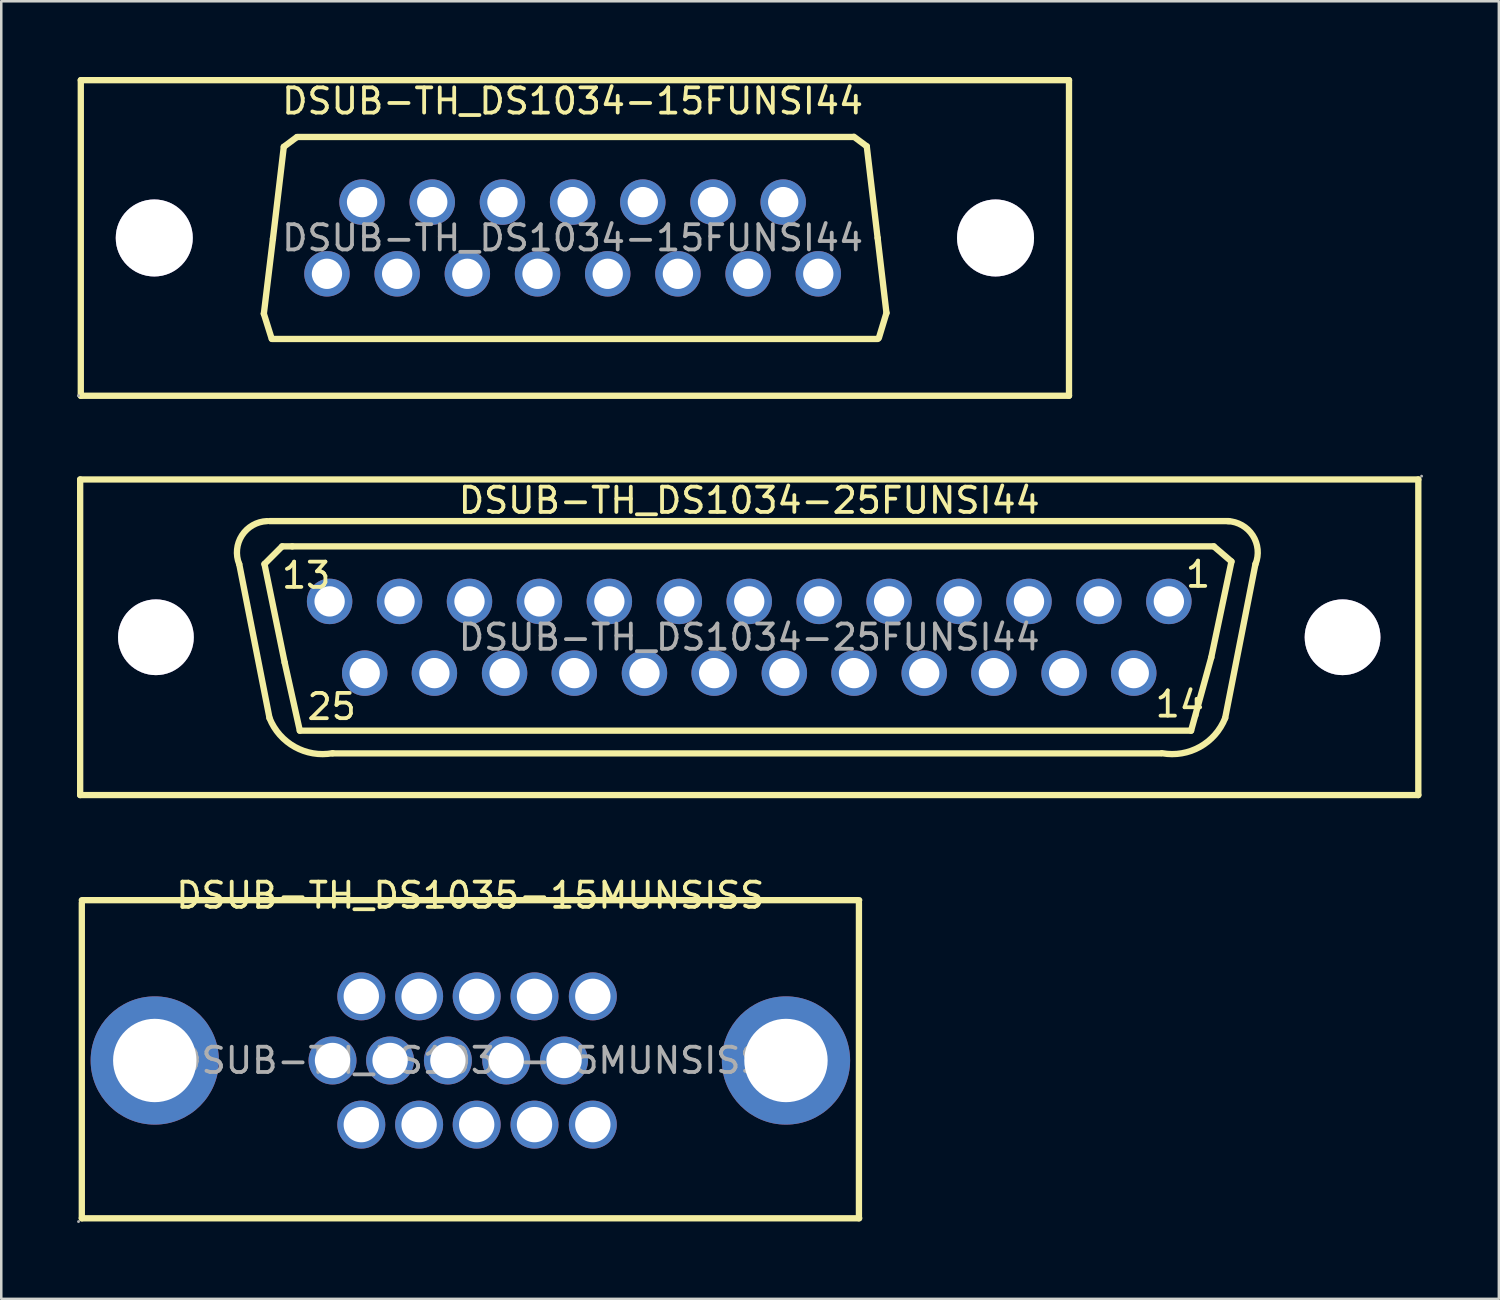
<source format=kicad_pcb>
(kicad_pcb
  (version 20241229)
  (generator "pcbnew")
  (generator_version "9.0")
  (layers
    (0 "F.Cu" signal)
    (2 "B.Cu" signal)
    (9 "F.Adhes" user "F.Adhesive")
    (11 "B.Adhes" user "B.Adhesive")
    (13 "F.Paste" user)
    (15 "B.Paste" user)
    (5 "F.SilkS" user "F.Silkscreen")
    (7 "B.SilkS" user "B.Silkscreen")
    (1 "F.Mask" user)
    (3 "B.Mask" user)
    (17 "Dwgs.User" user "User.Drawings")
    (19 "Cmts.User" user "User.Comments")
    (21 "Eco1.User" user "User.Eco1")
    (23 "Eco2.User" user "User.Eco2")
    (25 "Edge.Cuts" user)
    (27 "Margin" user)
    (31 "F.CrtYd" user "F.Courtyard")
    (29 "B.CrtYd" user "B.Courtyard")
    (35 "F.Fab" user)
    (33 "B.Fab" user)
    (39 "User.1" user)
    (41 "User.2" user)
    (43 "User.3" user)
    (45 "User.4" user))
  (footprint "DSUB-TH_DS1035-15MUNSISS"
    (layer "F.Cu")
    (at 15.58 38.953)
    (property "Reference" "DSUB-TH_DS1035-15MUNSISS" (at 0 -6.54 0) (layer "F.SilkS") (effects (font (size 1 1) (thickness 0.15))))
    (attr through_hole)
    (fp_line (start -15.39 -6.35) (end 15.4 -6.35) (stroke (width 0.25) (type solid)) (layer "F.SilkS"))
    (fp_line (start -15.39 6.25) (end -15.39 -6.25) (stroke (width 0.25) (type solid)) (layer "F.SilkS"))
    (fp_line (start -15.39 6.25) (end 15.4 6.25) (stroke (width 0.25) (type solid)) (layer "F.SilkS"))
    (fp_line (start 15.39 6.25) (end 15.39 -6.25) (stroke (width 0.25) (type solid)) (layer "F.SilkS"))
    (fp_circle (center -15.52 6.38) (end -15.49 6.38) (stroke (width 0.06) (type solid)) (fill no) (layer "F.Fab"))
    (fp_circle (center -12.5 0) (end -11.72 0) (stroke (width 1.55) (type solid)) (fill no) (layer "F.Fab"))
    (fp_circle (center -5.46 0) (end -5.16 0) (stroke (width 0.6) (type solid)) (fill no) (layer "F.Fab"))
    (fp_circle (center -4.32 -2.54) (end -4.02 -2.54) (stroke (width 0.6) (type solid)) (fill no) (layer "F.Fab"))
    (fp_circle (center -4.32 2.54) (end -4.02 2.54) (stroke (width 0.6) (type solid)) (fill no) (layer "F.Fab"))
    (fp_circle (center -3.18 0) (end -2.88 0) (stroke (width 0.6) (type solid)) (fill no) (layer "F.Fab"))
    (fp_circle (center -2.03 -2.54) (end -1.73 -2.54) (stroke (width 0.6) (type solid)) (fill no) (layer "F.Fab"))
    (fp_circle (center -2.03 2.54) (end -1.73 2.54) (stroke (width 0.6) (type solid)) (fill no) (layer "F.Fab"))
    (fp_circle (center -0.89 0) (end -0.59 0) (stroke (width 0.6) (type solid)) (fill no) (layer "F.Fab"))
    (fp_circle (center 0.25 -2.54) (end 0.55 -2.54) (stroke (width 0.6) (type solid)) (fill no) (layer "F.Fab"))
    (fp_circle (center 0.25 2.54) (end 0.55 2.54) (stroke (width 0.6) (type solid)) (fill no) (layer "F.Fab"))
    (fp_circle (center 1.42 0) (end 1.72 0) (stroke (width 0.6) (type solid)) (fill no) (layer "F.Fab"))
    (fp_circle (center 2.54 -2.54) (end 2.84 -2.54) (stroke (width 0.6) (type solid)) (fill no) (layer "F.Fab"))
    (fp_circle (center 2.54 2.54) (end 2.84 2.54) (stroke (width 0.6) (type solid)) (fill no) (layer "F.Fab"))
    (fp_circle (center 3.71 0) (end 4.01 0) (stroke (width 0.6) (type solid)) (fill no) (layer "F.Fab"))
    (fp_circle (center 4.85 -2.54) (end 5.15 -2.54) (stroke (width 0.6) (type solid)) (fill no) (layer "F.Fab"))
    (fp_circle (center 4.85 2.54) (end 5.15 2.54) (stroke (width 0.6) (type solid)) (fill no) (layer "F.Fab"))
    (fp_circle (center 12.5 0) (end 13.28 0) (stroke (width 1.55) (type solid)) (fill no) (layer "F.Fab"))
    (fp_text user "${REFERENCE}" (at 0 0 0) (layer "F.Fab") (effects (font (size 1 1) (thickness 0.15))))
    (pad "1" thru_hole circle (at -4.32 2.54) (size 1.9 1.9) (drill 1.4) (layers "*.Cu" "*.Paste" "*.Mask"))
    (pad "2" thru_hole circle (at -2.03 2.54) (size 1.9 1.9) (drill 1.4) (layers "*.Cu" "*.Paste" "*.Mask"))
    (pad "3" thru_hole circle (at 0.25 2.54) (size 1.9 1.9) (drill 1.4) (layers "*.Cu" "*.Paste" "*.Mask"))
    (pad "4" thru_hole circle (at 2.54 2.54) (size 1.9 1.9) (drill 1.4) (layers "*.Cu" "*.Paste" "*.Mask"))
    (pad "5" thru_hole circle (at 4.85 2.54) (size 1.9 1.9) (drill 1.4) (layers "*.Cu" "*.Paste" "*.Mask"))
    (pad "6" thru_hole circle (at -5.46 0) (size 1.9 1.9) (drill 1.4) (layers "*.Cu" "*.Paste" "*.Mask"))
    (pad "7" thru_hole circle (at -3.18 0) (size 1.9 1.9) (drill 1.4) (layers "*.Cu" "*.Paste" "*.Mask"))
    (pad "8" thru_hole circle (at -0.89 0) (size 1.9 1.9) (drill 1.4) (layers "*.Cu" "*.Paste" "*.Mask"))
    (pad "9" thru_hole circle (at 1.42 0) (size 1.9 1.9) (drill 1.4) (layers "*.Cu" "*.Paste" "*.Mask"))
    (pad "10" thru_hole circle (at 3.71 0) (size 1.9 1.9) (drill 1.4) (layers "*.Cu" "*.Paste" "*.Mask"))
    (pad "11" thru_hole circle (at -4.32 -2.54) (size 1.9 1.9) (drill 1.4) (layers "*.Cu" "*.Paste" "*.Mask"))
    (pad "12" thru_hole circle (at -2.03 -2.54) (size 1.9 1.9) (drill 1.4) (layers "*.Cu" "*.Paste" "*.Mask"))
    (pad "13" thru_hole circle (at 0.25 -2.54) (size 1.9 1.9) (drill 1.4) (layers "*.Cu" "*.Paste" "*.Mask"))
    (pad "14" thru_hole circle (at 2.54 -2.54) (size 1.9 1.9) (drill 1.4) (layers "*.Cu" "*.Paste" "*.Mask"))
    (pad "15" thru_hole circle (at 4.85 -2.54) (size 1.9 1.9) (drill 1.4) (layers "*.Cu" "*.Paste" "*.Mask"))
    (pad "16" thru_hole circle (at 12.5 0) (size 5.08 5.08) (drill 3.302) (layers "*.Cu" "*.Paste" "*.Mask"))
    (pad "17" thru_hole circle (at -12.5 0) (size 5.08 5.08) (drill 3.302) (layers "*.Cu" "*.Paste" "*.Mask")))
  (footprint "DSUB-TH_DS1034-25FUNSI44"
    (layer "F.Cu")
    (at 26.625 22.19)
    (property "Reference" "DSUB-TH_DS1034-25FUNSI44" (at 0 -5.42 0) (layer "F.SilkS") (effects (font (size 1 1) (thickness 0.15))))
    (attr through_hole)
    (fp_line (start -26.5 6.25) (end -26.5 -6.25) (stroke (width 0.25) (type solid)) (layer "F.SilkS"))
    (fp_line (start -26.5 6.25) (end 26.5 6.25) (stroke (width 0.25) (type solid)) (layer "F.SilkS"))
    (fp_line (start -19.2 -2.9) (end -18.5 -3.6) (stroke (width 0.25) (type solid)) (layer "F.SilkS"))
    (fp_line (start -19 3.2) (end -20.2 -2.9) (stroke (width 0.25) (type solid)) (layer "F.SilkS"))
    (fp_line (start -18.5 -3.6) (end -18.1 -3.6) (stroke (width 0.25) (type solid)) (layer "F.SilkS"))
    (fp_line (start -18.4 1) (end -19.2 -2.9) (stroke (width 0.25) (type solid)) (layer "F.SilkS"))
    (fp_line (start -18.1 -3.6) (end 18.4 -3.6) (stroke (width 0.25) (type solid)) (layer "F.SilkS"))
    (fp_line (start -17.8 3.7) (end -18.4 1) (stroke (width 0.25) (type solid)) (layer "F.SilkS"))
    (fp_line (start 16.3 4.6) (end -16.5 4.6) (stroke (width 0.25) (type solid)) (layer "F.SilkS"))
    (fp_line (start 17.5 3.7) (end -17.8 3.7) (stroke (width 0.25) (type solid)) (layer "F.SilkS"))
    (fp_line (start 18.3 0.8) (end 17.5 3.7) (stroke (width 0.25) (type solid)) (layer "F.SilkS"))
    (fp_line (start 18.4 -3.6) (end 19.1 -3) (stroke (width 0.25) (type solid)) (layer "F.SilkS"))
    (fp_line (start 18.85 3.2) (end 20.05 -2.9) (stroke (width 0.25) (type solid)) (layer "F.SilkS"))
    (fp_line (start 19 -4.6) (end -19 -4.6) (stroke (width 0.25) (type solid)) (layer "F.SilkS"))
    (fp_line (start 19.1 -3) (end 18.3 0.8) (stroke (width 0.25) (type solid)) (layer "F.SilkS"))
    (fp_line (start 26.5 -6.25) (end -26.5 -6.25) (stroke (width 0.25) (type solid)) (layer "F.SilkS"))
    (fp_line (start 26.5 -6.25) (end 26.5 6.25) (stroke (width 0.25) (type solid)) (layer "F.SilkS"))
    (fp_arc (start -20.202426 -2.899551) (mid -20.091316 -4.0351) (end -19.1 -4.6) (stroke (width 0.25) (type solid)) (layer "F.SilkS"))
    (fp_arc (start -16.498352 4.592066) (mid -17.997981 4.343154) (end -19 3.2) (stroke (width 0.25) (type solid)) (layer "F.SilkS"))
    (fp_arc (start 18.85 3.2) (mid 17.847981 4.343154) (end 16.348352 4.592066) (stroke (width 0.25) (type solid)) (layer "F.SilkS"))
    (fp_arc (start 18.95 -4.6) (mid 19.941316 -4.035101) (end 20.052426 -2.899551) (stroke (width 0.25) (type solid)) (layer "F.SilkS"))
    (fp_circle (center -23.5 0) (end -22.8 0) (stroke (width 1.4) (type solid)) (fill no) (layer "F.Fab"))
    (fp_circle (center -16.62 -1.42) (end -16.37 -1.42) (stroke (width 0.5) (type solid)) (fill no) (layer "F.Fab"))
    (fp_circle (center -15.23 1.42) (end -14.98 1.42) (stroke (width 0.5) (type solid)) (fill no) (layer "F.Fab"))
    (fp_circle (center -13.85 -1.42) (end -13.6 -1.42) (stroke (width 0.5) (type solid)) (fill no) (layer "F.Fab"))
    (fp_circle (center -12.47 1.42) (end -12.22 1.42) (stroke (width 0.5) (type solid)) (fill no) (layer "F.Fab"))
    (fp_circle (center -11.08 -1.42) (end -10.83 -1.42) (stroke (width 0.5) (type solid)) (fill no) (layer "F.Fab"))
    (fp_circle (center -9.69 1.42) (end -9.44 1.42) (stroke (width 0.5) (type solid)) (fill no) (layer "F.Fab"))
    (fp_circle (center -8.31 -1.42) (end -8.06 -1.42) (stroke (width 0.5) (type solid)) (fill no) (layer "F.Fab"))
    (fp_circle (center -6.93 1.42) (end -6.68 1.42) (stroke (width 0.5) (type solid)) (fill no) (layer "F.Fab"))
    (fp_circle (center -5.54 -1.42) (end -5.29 -1.42) (stroke (width 0.5) (type solid)) (fill no) (layer "F.Fab"))
    (fp_circle (center -4.15 1.42) (end -3.9 1.42) (stroke (width 0.5) (type solid)) (fill no) (layer "F.Fab"))
    (fp_circle (center -2.77 -1.42) (end -2.52 -1.42) (stroke (width 0.5) (type solid)) (fill no) (layer "F.Fab"))
    (fp_circle (center -1.39 1.42) (end -1.14 1.42) (stroke (width 0.5) (type solid)) (fill no) (layer "F.Fab"))
    (fp_circle (center 0 -1.42) (end 0.25 -1.42) (stroke (width 0.5) (type solid)) (fill no) (layer "F.Fab"))
    (fp_circle (center 1.39 1.42) (end 1.64 1.42) (stroke (width 0.5) (type solid)) (fill no) (layer "F.Fab"))
    (fp_circle (center 2.77 -1.42) (end 3.02 -1.42) (stroke (width 0.5) (type solid)) (fill no) (layer "F.Fab"))
    (fp_circle (center 4.15 1.42) (end 4.4 1.42) (stroke (width 0.5) (type solid)) (fill no) (layer "F.Fab"))
    (fp_circle (center 5.54 -1.42) (end 5.79 -1.42) (stroke (width 0.5) (type solid)) (fill no) (layer "F.Fab"))
    (fp_circle (center 6.93 1.42) (end 7.18 1.42) (stroke (width 0.5) (type solid)) (fill no) (layer "F.Fab"))
    (fp_circle (center 8.31 -1.42) (end 8.56 -1.42) (stroke (width 0.5) (type solid)) (fill no) (layer "F.Fab"))
    (fp_circle (center 9.69 1.42) (end 9.94 1.42) (stroke (width 0.5) (type solid)) (fill no) (layer "F.Fab"))
    (fp_circle (center 11.08 -1.42) (end 11.33 -1.42) (stroke (width 0.5) (type solid)) (fill no) (layer "F.Fab"))
    (fp_circle (center 12.47 1.42) (end 12.72 1.42) (stroke (width 0.5) (type solid)) (fill no) (layer "F.Fab"))
    (fp_circle (center 13.85 -1.42) (end 14.1 -1.42) (stroke (width 0.5) (type solid)) (fill no) (layer "F.Fab"))
    (fp_circle (center 15.23 1.42) (end 15.48 1.42) (stroke (width 0.5) (type solid)) (fill no) (layer "F.Fab"))
    (fp_circle (center 16.62 -1.42) (end 16.87 -1.42) (stroke (width 0.5) (type solid)) (fill no) (layer "F.Fab"))
    (fp_circle (center 23.5 0) (end 24.2 0) (stroke (width 1.4) (type solid)) (fill no) (layer "F.Fab"))
    (fp_circle (center 26.63 -6.38) (end 26.66 -6.38) (stroke (width 0.06) (type solid)) (fill no) (layer "F.Fab"))
    (fp_text user "13" (at -18.6 -2.45 0) (layer "F.SilkS") (effects (font (size 1 1) (thickness 0.15)) (justify left)))
    (fp_text user "14" (at 16 2.65 0) (layer "F.SilkS") (effects (font (size 1 1) (thickness 0.15)) (justify left)))
    (fp_text user "1" (at 17.2 -2.49 0) (layer "F.SilkS") (effects (font (size 1 1) (thickness 0.15)) (justify left)))
    (fp_text user "25" (at -17.59 2.75 0) (layer "F.SilkS") (effects (font (size 1 1) (thickness 0.15)) (justify left)))
    (fp_text user "${REFERENCE}" (at 0 0 0) (layer "F.Fab") (effects (font (size 1 1) (thickness 0.15))))
    (pad "" thru_hole circle (at -23.5 0) (size 3 3) (drill 3) (layers "*.Cu" "*.Mask"))
    (pad "" thru_hole circle (at 23.5 0) (size 3 3) (drill 3) (layers "*.Cu" "*.Mask"))
    (pad "1" thru_hole circle (at 16.62 -1.42) (size 1.8 1.8) (drill 1.2) (layers "*.Cu" "*.Paste" "*.Mask"))
    (pad "2" thru_hole circle (at 13.85 -1.42) (size 1.8 1.8) (drill 1.2) (layers "*.Cu" "*.Paste" "*.Mask"))
    (pad "3" thru_hole circle (at 11.08 -1.42) (size 1.8 1.8) (drill 1.2) (layers "*.Cu" "*.Paste" "*.Mask"))
    (pad "4" thru_hole circle (at 8.31 -1.42) (size 1.8 1.8) (drill 1.2) (layers "*.Cu" "*.Paste" "*.Mask"))
    (pad "5" thru_hole circle (at 5.54 -1.42) (size 1.8 1.8) (drill 1.2) (layers "*.Cu" "*.Paste" "*.Mask"))
    (pad "6" thru_hole circle (at 2.77 -1.42) (size 1.8 1.8) (drill 1.2) (layers "*.Cu" "*.Paste" "*.Mask"))
    (pad "7" thru_hole circle (at 0 -1.42) (size 1.8 1.8) (drill 1.2) (layers "*.Cu" "*.Paste" "*.Mask"))
    (pad "8" thru_hole circle (at -2.77 -1.42) (size 1.8 1.8) (drill 1.2) (layers "*.Cu" "*.Paste" "*.Mask"))
    (pad "9" thru_hole circle (at -5.54 -1.42) (size 1.8 1.8) (drill 1.2) (layers "*.Cu" "*.Paste" "*.Mask"))
    (pad "10" thru_hole circle (at -8.31 -1.42) (size 1.8 1.8) (drill 1.2) (layers "*.Cu" "*.Paste" "*.Mask"))
    (pad "11" thru_hole circle (at -11.08 -1.42) (size 1.8 1.8) (drill 1.2) (layers "*.Cu" "*.Paste" "*.Mask"))
    (pad "12" thru_hole circle (at -13.85 -1.42) (size 1.8 1.8) (drill 1.2) (layers "*.Cu" "*.Paste" "*.Mask"))
    (pad "13" thru_hole circle (at -16.62 -1.42) (size 1.8 1.8) (drill 1.2) (layers "*.Cu" "*.Paste" "*.Mask"))
    (pad "14" thru_hole circle (at 15.23 1.42 180) (size 1.8 1.8) (drill 1.2) (layers "*.Cu" "*.Paste" "*.Mask"))
    (pad "15" thru_hole circle (at 12.47 1.42 180) (size 1.8 1.8) (drill 1.2) (layers "*.Cu" "*.Paste" "*.Mask"))
    (pad "16" thru_hole circle (at 9.69 1.42 180) (size 1.8 1.8) (drill 1.2) (layers "*.Cu" "*.Paste" "*.Mask"))
    (pad "17" thru_hole circle (at 6.93 1.42 180) (size 1.8 1.8) (drill 1.2) (layers "*.Cu" "*.Paste" "*.Mask"))
    (pad "18" thru_hole circle (at 4.15 1.42 180) (size 1.8 1.8) (drill 1.2) (layers "*.Cu" "*.Paste" "*.Mask"))
    (pad "19" thru_hole circle (at 1.39 1.42 180) (size 1.8 1.8) (drill 1.2) (layers "*.Cu" "*.Paste" "*.Mask"))
    (pad "20" thru_hole circle (at -1.39 1.42 180) (size 1.8 1.8) (drill 1.2) (layers "*.Cu" "*.Paste" "*.Mask"))
    (pad "21" thru_hole circle (at -4.15 1.42 180) (size 1.8 1.8) (drill 1.2) (layers "*.Cu" "*.Paste" "*.Mask"))
    (pad "22" thru_hole circle (at -6.93 1.42 180) (size 1.8 1.8) (drill 1.2) (layers "*.Cu" "*.Paste" "*.Mask"))
    (pad "23" thru_hole circle (at -9.69 1.42 180) (size 1.8 1.8) (drill 1.2) (layers "*.Cu" "*.Paste" "*.Mask"))
    (pad "24" thru_hole circle (at -12.47 1.42 180) (size 1.8 1.8) (drill 1.2) (layers "*.Cu" "*.Paste" "*.Mask"))
    (pad "25" thru_hole circle (at -15.23 1.42 180) (size 1.8 1.8) (drill 1.2) (layers "*.Cu" "*.Paste" "*.Mask")))
  (footprint "DSUB-TH_DS1034-15FUNSI44"
    (layer "F.Cu")
    (at 19.63 6.375)
    (property "Reference" "DSUB-TH_DS1034-15FUNSI44" (at 0 -5.42 0) (layer "F.SilkS") (effects (font (size 1 1) (thickness 0.15))))
    (attr through_hole)
    (fp_line (start -19.48 -6.25) (end 19.66 -6.25) (stroke (width 0.25) (type solid)) (layer "F.SilkS"))
    (fp_line (start -19.48 6.25) (end -19.48 -6.25) (stroke (width 0.25) (type solid)) (layer "F.SilkS"))
    (fp_line (start -12.23 3) (end -11.92 3.99) (stroke (width 0.25) (type solid)) (layer "F.SilkS"))
    (fp_line (start -11.91 4) (end 12.09 4) (stroke (width 0.25) (type solid)) (layer "F.SilkS"))
    (fp_line (start -11.87 0.03) (end -12.23 3) (stroke (width 0.25) (type solid)) (layer "F.SilkS"))
    (fp_line (start -11.44 -3.61) (end -11.87 0.03) (stroke (width 0.25) (type solid)) (layer "F.SilkS"))
    (fp_line (start -10.93 -3.99) (end -11.44 -3.61) (stroke (width 0.25) (type solid)) (layer "F.SilkS"))
    (fp_line (start -10.91 -4) (end 11.09 -4) (stroke (width 0.25) (type solid)) (layer "F.SilkS"))
    (fp_line (start 11.14 -4.01) (end 11.65 -3.63) (stroke (width 0.25) (type solid)) (layer "F.SilkS"))
    (fp_line (start 11.65 -3.63) (end 12.08 0) (stroke (width 0.25) (type solid)) (layer "F.SilkS"))
    (fp_line (start 12.08 0) (end 12.43 2.97) (stroke (width 0.25) (type solid)) (layer "F.SilkS"))
    (fp_line (start 12.43 2.97) (end 12.13 3.96) (stroke (width 0.25) (type solid)) (layer "F.SilkS"))
    (fp_line (start 19.66 -6.25) (end 19.66 6.25) (stroke (width 0.25) (type solid)) (layer "F.SilkS"))
    (fp_line (start 19.66 6.25) (end -19.48 6.25) (stroke (width 0.25) (type solid)) (layer "F.SilkS"))
    (fp_circle (center -16.57 0) (end -15.86 0) (stroke (width 1.42) (type solid)) (fill no) (layer "Cmts.User"))
    (fp_circle (center 16.75 0) (end 17.46 0) (stroke (width 1.42) (type solid)) (fill no) (layer "Cmts.User"))
    (fp_circle (center -19.57 6.25) (end -19.54 6.25) (stroke (width 0.06) (type solid)) (fill no) (layer "F.Fab"))
    (fp_circle (center -9.73 1.42) (end -9.58 1.42) (stroke (width 0.3) (type solid)) (fill no) (layer "F.Fab"))
    (fp_circle (center -8.34 -1.42) (end -8.19 -1.42) (stroke (width 0.3) (type solid)) (fill no) (layer "F.Fab"))
    (fp_circle (center -6.95 1.42) (end -6.8 1.42) (stroke (width 0.3) (type solid)) (fill no) (layer "F.Fab"))
    (fp_circle (center -5.56 -1.42) (end -5.41 -1.42) (stroke (width 0.3) (type solid)) (fill no) (layer "F.Fab"))
    (fp_circle (center -4.17 1.42) (end -4.02 1.42) (stroke (width 0.3) (type solid)) (fill no) (layer "F.Fab"))
    (fp_circle (center -2.78 -1.42) (end -2.63 -1.42) (stroke (width 0.3) (type solid)) (fill no) (layer "F.Fab"))
    (fp_circle (center -1.39 1.42) (end -1.24 1.42) (stroke (width 0.3) (type solid)) (fill no) (layer "F.Fab"))
    (fp_circle (center 0 -1.42) (end 0.15 -1.42) (stroke (width 0.3) (type solid)) (fill no) (layer "F.Fab"))
    (fp_circle (center 1.39 1.42) (end 1.54 1.42) (stroke (width 0.3) (type solid)) (fill no) (layer "F.Fab"))
    (fp_circle (center 2.78 -1.42) (end 2.93 -1.42) (stroke (width 0.3) (type solid)) (fill no) (layer "F.Fab"))
    (fp_circle (center 4.17 1.42) (end 4.32 1.42) (stroke (width 0.3) (type solid)) (fill no) (layer "F.Fab"))
    (fp_circle (center 5.56 -1.42) (end 5.71 -1.42) (stroke (width 0.3) (type solid)) (fill no) (layer "F.Fab"))
    (fp_circle (center 6.95 1.42) (end 7.1 1.42) (stroke (width 0.3) (type solid)) (fill no) (layer "F.Fab"))
    (fp_circle (center 8.34 -1.42) (end 8.49 -1.42) (stroke (width 0.3) (type solid)) (fill no) (layer "F.Fab"))
    (fp_circle (center 9.73 1.42) (end 9.88 1.42) (stroke (width 0.3) (type solid)) (fill no) (layer "F.Fab"))
    (fp_text user "${REFERENCE}" (at 0 0 0) (layer "F.Fab") (effects (font (size 1 1) (thickness 0.15))))
    (pad "" thru_hole circle (at -16.57 0) (size 3.05 3.05) (drill 3.05) (layers "*.Cu" "*.Mask"))
    (pad "" thru_hole circle (at 16.75 0) (size 3.05 3.05) (drill 3.05) (layers "*.Cu" "*.Mask"))
    (pad "1" thru_hole circle (at -9.73 1.42) (size 1.8 1.8) (drill 1.2) (layers "*.Cu" "*.Paste" "*.Mask"))
    (pad "2" thru_hole circle (at -6.95 1.42) (size 1.8 1.8) (drill 1.2) (layers "*.Cu" "*.Paste" "*.Mask"))
    (pad "3" thru_hole circle (at -4.17 1.42) (size 1.8 1.8) (drill 1.2) (layers "*.Cu" "*.Paste" "*.Mask"))
    (pad "4" thru_hole circle (at -1.39 1.42) (size 1.8 1.8) (drill 1.2) (layers "*.Cu" "*.Paste" "*.Mask"))
    (pad "5" thru_hole circle (at 1.39 1.42) (size 1.8 1.8) (drill 1.2) (layers "*.Cu" "*.Paste" "*.Mask"))
    (pad "6" thru_hole circle (at 4.17 1.42) (size 1.8 1.8) (drill 1.2) (layers "*.Cu" "*.Paste" "*.Mask"))
    (pad "7" thru_hole circle (at 6.95 1.42) (size 1.8 1.8) (drill 1.2) (layers "*.Cu" "*.Paste" "*.Mask"))
    (pad "8" thru_hole circle (at 9.73 1.42) (size 1.8 1.8) (drill 1.2) (layers "*.Cu" "*.Paste" "*.Mask"))
    (pad "9" thru_hole circle (at -8.34 -1.42) (size 1.8 1.8) (drill 1.2) (layers "*.Cu" "*.Paste" "*.Mask"))
    (pad "10" thru_hole circle (at -5.56 -1.42) (size 1.8 1.8) (drill 1.2) (layers "*.Cu" "*.Paste" "*.Mask"))
    (pad "11" thru_hole circle (at -2.78 -1.42) (size 1.8 1.8) (drill 1.2) (layers "*.Cu" "*.Paste" "*.Mask"))
    (pad "12" thru_hole circle (at 0 -1.42) (size 1.8 1.8) (drill 1.2) (layers "*.Cu" "*.Paste" "*.Mask"))
    (pad "13" thru_hole circle (at 2.78 -1.42) (size 1.8 1.8) (drill 1.2) (layers "*.Cu" "*.Paste" "*.Mask"))
    (pad "14" thru_hole circle (at 5.56 -1.42) (size 1.8 1.8) (drill 1.2) (layers "*.Cu" "*.Paste" "*.Mask"))
    (pad "15" thru_hole circle (at 8.34 -1.42) (size 1.8 1.8) (drill 1.2) (layers "*.Cu" "*.Paste" "*.Mask")))
  (gr_rect
    (start -3 -3)
    (end 56.315 48.393)
    (stroke (width 0.1) (type default))
    (fill no)
    (layer "Edge.Cuts")))
</source>
